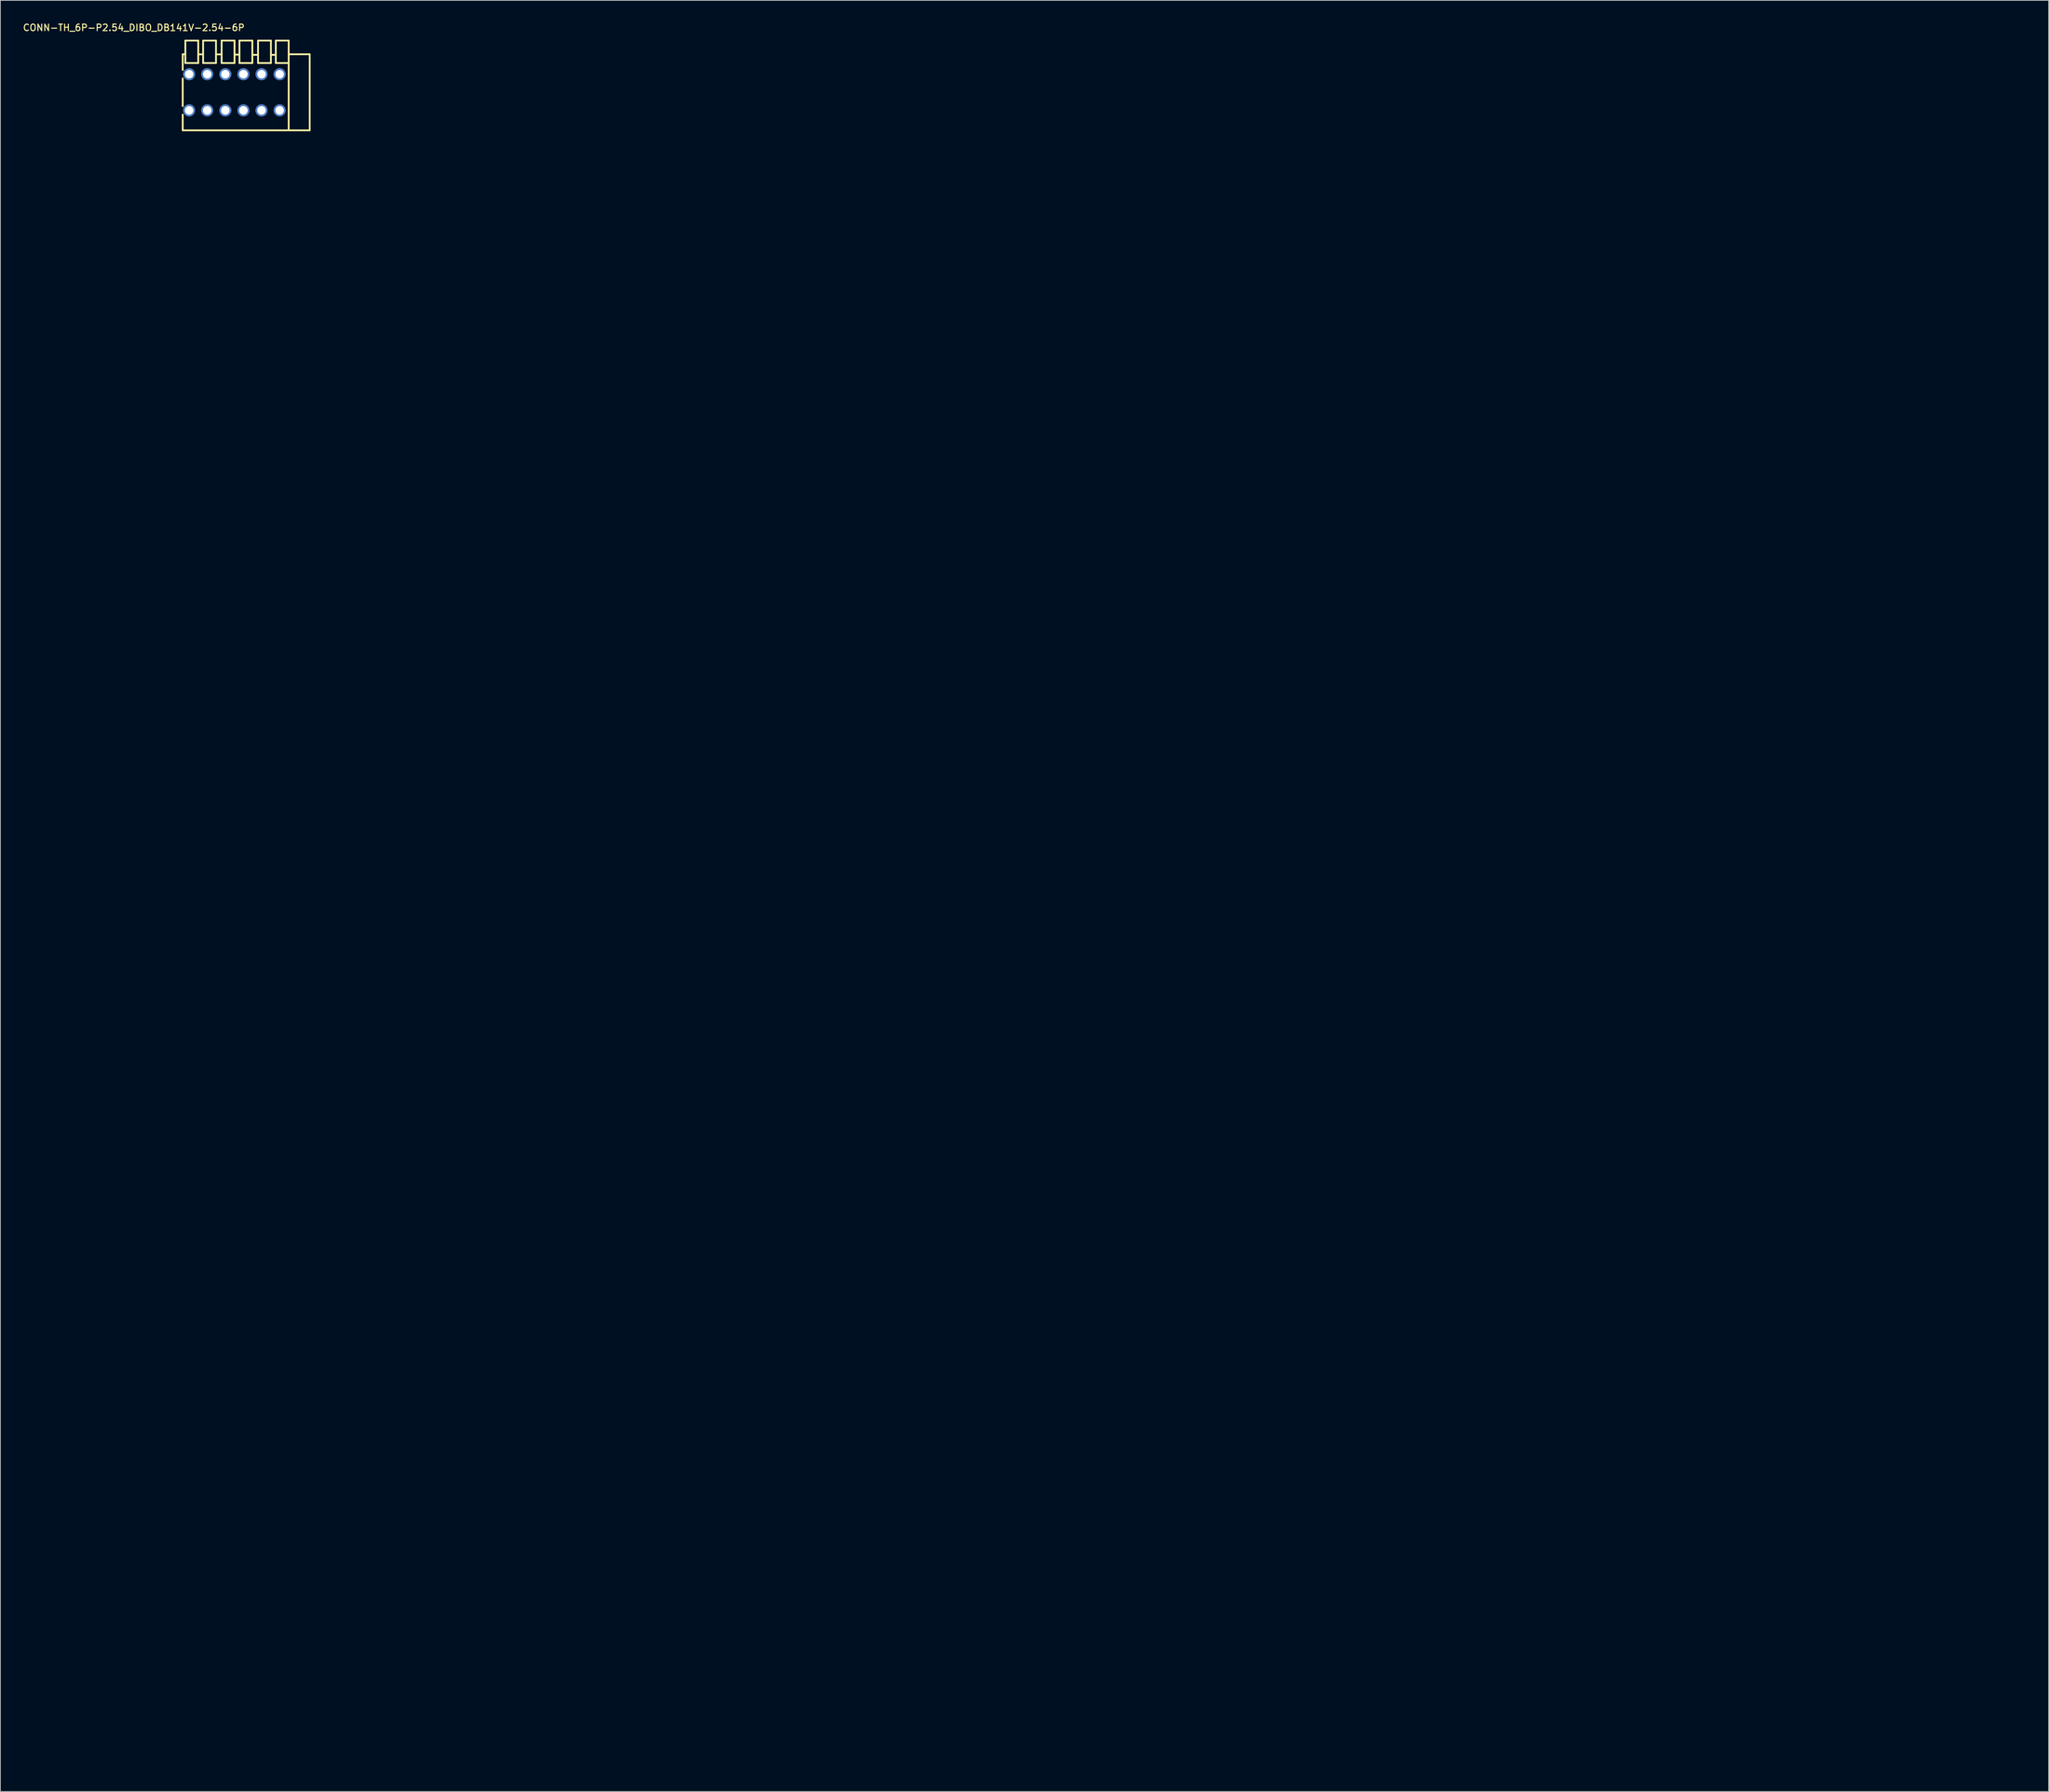
<source format=kicad_pcb>
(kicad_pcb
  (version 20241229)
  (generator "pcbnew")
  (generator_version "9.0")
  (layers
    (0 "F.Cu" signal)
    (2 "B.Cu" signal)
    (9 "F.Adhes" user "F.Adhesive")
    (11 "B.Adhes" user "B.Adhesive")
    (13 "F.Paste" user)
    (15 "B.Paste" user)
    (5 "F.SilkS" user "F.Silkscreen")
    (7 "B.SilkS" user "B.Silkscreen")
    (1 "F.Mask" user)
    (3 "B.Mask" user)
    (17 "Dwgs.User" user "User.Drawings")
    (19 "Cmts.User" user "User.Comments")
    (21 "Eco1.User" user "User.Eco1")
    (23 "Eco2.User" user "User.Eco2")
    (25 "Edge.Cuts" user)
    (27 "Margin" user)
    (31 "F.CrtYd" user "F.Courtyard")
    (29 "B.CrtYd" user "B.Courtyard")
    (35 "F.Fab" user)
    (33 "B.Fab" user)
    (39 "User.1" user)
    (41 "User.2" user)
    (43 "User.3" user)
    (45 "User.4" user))
  (footprint "CONN-TH_6P-P2.54_DIBO_DB141V-2.54-6P"
    (layer "F.Cu")
    (at 29.84 9.906)
    (property "Reference" "CONN-TH_6P-P2.54_DIBO_DB141V-2.54-6P" (at 1.524 -8.534 180) (layer "F.SilkS") (effects (font (size 0.914 0.914) (thickness 0.152)) (justify right bottom)))
    (fp_line (start -7.25 -5.34) (end -6.896 -5.34) (stroke (width 0.254) (type default)) (layer "F.SilkS"))
    (fp_line (start -7.25 -3.137) (end -7.25 -5.34) (stroke (width 0.254) (type default)) (layer "F.SilkS"))
    (fp_line (start -7.25 1.943) (end -7.25 -1.943) (stroke (width 0.254) (type default)) (layer "F.SilkS"))
    (fp_line (start -7.25 5.34) (end -7.25 3.137) (stroke (width 0.254) (type default)) (layer "F.SilkS"))
    (fp_line (start -7.25 5.34) (end 10.57 5.34) (stroke (width 0.254) (type default)) (layer "F.SilkS"))
    (fp_line (start -6.896 -5.34) (end -6.88 -5.324) (stroke (width 0.254) (type default)) (layer "F.SilkS"))
    (fp_line (start -6.88 -7.26) (end -6.88 -4.106) (stroke (width 0.254) (type default)) (layer "F.SilkS"))
    (fp_line (start -5.072 -7.26) (end -6.88 -7.26) (stroke (width 0.254) (type default)) (layer "F.SilkS"))
    (fp_line (start -5.072 -7.26) (end -5.072 -4.106) (stroke (width 0.254) (type default)) (layer "F.SilkS"))
    (fp_line (start -5.072 -5.324) (end -4.388 -5.324) (stroke (width 0.254) (type default)) (layer "F.SilkS"))
    (fp_line (start -5.072 -4.106) (end -6.88 -4.106) (stroke (width 0.254) (type default)) (layer "F.SilkS"))
    (fp_line (start -4.388 -7.26) (end -4.388 -4.106) (stroke (width 0.254) (type default)) (layer "F.SilkS"))
    (fp_line (start -2.58 -7.26) (end -4.388 -7.26) (stroke (width 0.254) (type default)) (layer "F.SilkS"))
    (fp_line (start -2.58 -7.26) (end -2.58 -4.106) (stroke (width 0.254) (type default)) (layer "F.SilkS"))
    (fp_line (start -2.58 -5.324) (end -1.788 -5.324) (stroke (width 0.254) (type default)) (layer "F.SilkS"))
    (fp_line (start -2.58 -4.106) (end -4.388 -4.106) (stroke (width 0.254) (type default)) (layer "F.SilkS"))
    (fp_line (start -1.788 -7.26) (end -1.788 -4.106) (stroke (width 0.254) (type default)) (layer "F.SilkS"))
    (fp_line (start 0.02 -7.26) (end -1.788 -7.26) (stroke (width 0.254) (type default)) (layer "F.SilkS"))
    (fp_line (start 0.02 -7.26) (end 0.02 -4.106) (stroke (width 0.254) (type default)) (layer "F.SilkS"))
    (fp_line (start 0.02 -5.29) (end 0.712 -5.29) (stroke (width 0.254) (type default)) (layer "F.SilkS"))
    (fp_line (start 0.02 -4.106) (end -1.788 -4.106) (stroke (width 0.254) (type default)) (layer "F.SilkS"))
    (fp_line (start 0.712 -7.26) (end 0.712 -4.106) (stroke (width 0.254) (type default)) (layer "F.SilkS"))
    (fp_line (start 2.52 -7.26) (end 0.712 -7.26) (stroke (width 0.254) (type default)) (layer "F.SilkS"))
    (fp_line (start 2.52 -7.26) (end 2.52 -4.106) (stroke (width 0.254) (type default)) (layer "F.SilkS"))
    (fp_line (start 2.52 -5.256) (end 3.32 -5.256) (stroke (width 0.254) (type default)) (layer "F.SilkS"))
    (fp_line (start 2.52 -4.106) (end 0.712 -4.106) (stroke (width 0.254) (type default)) (layer "F.SilkS"))
    (fp_line (start 3.32 -7.26) (end 3.32 -4.106) (stroke (width 0.254) (type default)) (layer "F.SilkS"))
    (fp_line (start 5.128 -7.26) (end 3.32 -7.26) (stroke (width 0.254) (type default)) (layer "F.SilkS"))
    (fp_line (start 5.128 -7.26) (end 5.128 -4.106) (stroke (width 0.254) (type default)) (layer "F.SilkS"))
    (fp_line (start 5.128 -5.256) (end 5.812 -5.256) (stroke (width 0.254) (type default)) (layer "F.SilkS"))
    (fp_line (start 5.128 -4.106) (end 3.32 -4.106) (stroke (width 0.254) (type default)) (layer "F.SilkS"))
    (fp_line (start 5.812 -7.26) (end 5.812 -4.106) (stroke (width 0.254) (type default)) (layer "F.SilkS"))
    (fp_line (start 7.62 -7.26) (end 5.812 -7.26) (stroke (width 0.254) (type default)) (layer "F.SilkS"))
    (fp_line (start 7.62 -7.26) (end 7.62 -4.106) (stroke (width 0.254) (type default)) (layer "F.SilkS"))
    (fp_line (start 7.62 -4.106) (end 5.812 -4.106) (stroke (width 0.254) (type default)) (layer "F.SilkS"))
    (fp_line (start 7.62 -4.106) (end 7.62 5.34) (stroke (width 0.254) (type default)) (layer "F.SilkS"))
    (fp_line (start 10.57 -5.34) (end 7.62 -5.34) (stroke (width 0.254) (type default)) (layer "F.SilkS"))
    (fp_line (start 10.57 -5.34) (end 10.57 5.34) (stroke (width 0.254) (type default)) (layer "F.SilkS"))
    (fp_circle (center -7.23 5.34) (end -7.2 5.34) (stroke (width 0.06) (type default)) (fill no) (layer "User.5"))
    (pad "1" thru_hole oval (at -6.35 -2.54) (size 1.7 1.7) (drill 1.2) (layers "*.Cu" "*.Mask"))
    (pad "1" thru_hole oval (at -6.35 2.54) (size 1.7 1.7) (drill 1.2) (layers "*.Cu" "*.Mask"))
    (pad "2" thru_hole oval (at -3.81 -2.54) (size 1.7 1.7) (drill 1.2) (layers "*.Cu" "*.Mask"))
    (pad "2" thru_hole oval (at -3.81 2.54) (size 1.7 1.7) (drill 1.2) (layers "*.Cu" "*.Mask"))
    (pad "3" thru_hole oval (at -1.27 -2.54) (size 1.7 1.7) (drill 1.2) (layers "*.Cu" "*.Mask"))
    (pad "3" thru_hole oval (at -1.27 2.54) (size 1.7 1.7) (drill 1.2) (layers "*.Cu" "*.Mask"))
    (pad "4" thru_hole oval (at 1.27 -2.54) (size 1.7 1.7) (drill 1.2) (layers "*.Cu" "*.Mask"))
    (pad "4" thru_hole oval (at 1.27 2.54) (size 1.7 1.7) (drill 1.2) (layers "*.Cu" "*.Mask"))
    (pad "5" thru_hole oval (at 3.81 -2.54) (size 1.7 1.7) (drill 1.2) (layers "*.Cu" "*.Mask"))
    (pad "5" thru_hole oval (at 3.81 2.54) (size 1.7 1.7) (drill 1.2) (layers "*.Cu" "*.Mask"))
    (pad "6" thru_hole oval (at 6.35 -2.54) (size 1.7 1.7) (drill 1.2) (layers "*.Cu" "*.Mask"))
    (pad "6" thru_hole oval (at 6.35 2.54) (size 1.7 1.7) (drill 1.2) (layers "*.Cu" "*.Mask"))
    (zone (net_name "") (layer "Dwgs.User") (hatch edge 0.5) (priority 100) (connect_pads yes) (min_thickness 0) (filled_areas_thickness no) (fill yes) (polygon (pts (xy 264.28 234.706) (xy 264.28 232.806) (xy 278.88 232.806) (xy 278.88 234.706) (xy 278.68 234.706) (xy 278.68 233.006) (xy 264.48 233.006) (xy 264.48 234.706))) (filled_polygon (layer "Dwgs.User") (island) (pts (xy 264.28 234.706) (xy 264.28 232.806) (xy 278.88 232.806) (xy 278.88 234.706) (xy 278.68 234.706) (xy 278.68 233.006) (xy 264.48 233.006) (xy 264.48 234.706))))
    (zone (net_name "") (layer "User.3") (hatch edge 0.5) (priority 100) (connect_pads yes) (min_thickness 0) (filled_areas_thickness no) (fill yes) (polygon (pts (xy 281.43 245.446) (xy 263.65 245.446) (xy 263.65 234.596) (xy 264.29 234.596) (xy 264.29 232.846) (xy 266.19 232.846) (xy 266.19 234.596) (xy 266.83 234.596) (xy 266.83 232.846) (xy 268.73 232.846) (xy 268.73 234.596) (xy 269.37 234.596) (xy 269.37 232.846) (xy 271.27 232.846) (xy 271.27 234.596) (xy 271.91 234.596) (xy 271.91 232.846) (xy 273.81 232.846) (xy 273.81 234.596) (xy 274.45 234.596) (xy 274.45 232.846) (xy 276.35 232.846) (xy 276.35 234.596) (xy 276.989 234.596) (xy 276.99 234.595) (xy 276.99 232.846) (xy 278.89 232.846) (xy 278.89 234.596) (xy 281.43 234.596))) (filled_polygon (layer "User.3") (island) (pts (xy 281.43 245.446) (xy 263.65 245.446) (xy 263.65 234.596) (xy 264.29 234.596) (xy 264.29 232.846) (xy 266.19 232.846) (xy 266.19 234.596) (xy 266.83 234.596) (xy 266.83 232.846) (xy 268.73 232.846) (xy 268.73 234.596) (xy 269.37 234.596) (xy 269.37 232.846) (xy 271.27 232.846) (xy 271.27 234.596) (xy 271.91 234.596) (xy 271.91 232.846) (xy 273.81 232.846) (xy 273.81 234.596) (xy 274.45 234.596) (xy 274.45 232.846) (xy 276.35 232.846) (xy 276.35 234.596) (xy 276.989 234.596) (xy 276.99 234.595) (xy 276.99 232.846) (xy 278.89 232.846) (xy 278.89 234.596) (xy 281.43 234.596))))
    (zone (net_name "") (layer "User.4") (hatch edge 0.5) (priority 100) (connect_pads yes) (min_thickness 0) (filled_areas_thickness no) (fill yes) (polygon (pts (xy 264.28 237.216) (xy 264.78 237.216) (xy 264.78 237.916) (xy 264.28 237.916))) (filled_polygon (layer "User.4") (island) (pts (xy 264.28 237.216) (xy 264.78 237.216) (xy 264.78 237.916) (xy 264.28 237.916))))
    (zone (net_name "") (layer "User.4") (hatch edge 0.5) (priority 100) (connect_pads yes) (min_thickness 0) (filled_areas_thickness no) (fill yes) (polygon (pts (xy 264.28 242.296) (xy 264.78 242.296) (xy 264.78 242.996) (xy 264.28 242.996))) (filled_polygon (layer "User.4") (island) (pts (xy 264.28 242.296) (xy 264.78 242.296) (xy 264.78 242.996) (xy 264.28 242.996))))
    (zone (net_name "") (layer "User.4") (hatch edge 0.5) (priority 100) (connect_pads yes) (min_thickness 0) (filled_areas_thickness no) (fill yes) (polygon (pts (xy 266.82 237.216) (xy 267.32 237.216) (xy 267.32 237.916) (xy 266.82 237.916))) (filled_polygon (layer "User.4") (island) (pts (xy 266.82 237.216) (xy 267.32 237.216) (xy 267.32 237.916) (xy 266.82 237.916))))
    (zone (net_name "") (layer "User.4") (hatch edge 0.5) (priority 100) (connect_pads yes) (min_thickness 0) (filled_areas_thickness no) (fill yes) (polygon (pts (xy 266.82 242.296) (xy 267.32 242.296) (xy 267.32 242.996) (xy 266.82 242.996))) (filled_polygon (layer "User.4") (island) (pts (xy 266.82 242.296) (xy 267.32 242.296) (xy 267.32 242.996) (xy 266.82 242.996))))
    (zone (net_name "") (layer "User.4") (hatch edge 0.5) (priority 100) (connect_pads yes) (min_thickness 0) (filled_areas_thickness no) (fill yes) (polygon (pts (xy 269.36 237.216) (xy 269.86 237.216) (xy 269.86 237.916) (xy 269.36 237.916))) (filled_polygon (layer "User.4") (island) (pts (xy 269.36 237.216) (xy 269.86 237.216) (xy 269.86 237.916) (xy 269.36 237.916))))
    (zone (net_name "") (layer "User.4") (hatch edge 0.5) (priority 100) (connect_pads yes) (min_thickness 0) (filled_areas_thickness no) (fill yes) (polygon (pts (xy 269.36 242.296) (xy 269.86 242.296) (xy 269.86 242.996) (xy 269.36 242.996))) (filled_polygon (layer "User.4") (island) (pts (xy 269.36 242.296) (xy 269.86 242.296) (xy 269.86 242.996) (xy 269.36 242.996))))
    (zone (net_name "") (layer "User.4") (hatch edge 0.5) (priority 100) (connect_pads yes) (min_thickness 0) (filled_areas_thickness no) (fill yes) (polygon (pts (xy 271.9 237.216) (xy 272.4 237.216) (xy 272.4 237.916) (xy 271.9 237.916))) (filled_polygon (layer "User.4") (island) (pts (xy 271.9 237.216) (xy 272.4 237.216) (xy 272.4 237.916) (xy 271.9 237.916))))
    (zone (net_name "") (layer "User.4") (hatch edge 0.5) (priority 100) (connect_pads yes) (min_thickness 0) (filled_areas_thickness no) (fill yes) (polygon (pts (xy 271.9 242.296) (xy 272.4 242.296) (xy 272.4 242.996) (xy 271.9 242.996))) (filled_polygon (layer "User.4") (island) (pts (xy 271.9 242.296) (xy 272.4 242.296) (xy 272.4 242.996) (xy 271.9 242.996))))
    (zone (net_name "") (layer "User.4") (hatch edge 0.5) (priority 100) (connect_pads yes) (min_thickness 0) (filled_areas_thickness no) (fill yes) (polygon (pts (xy 274.44 237.216) (xy 274.94 237.216) (xy 274.94 237.916) (xy 274.44 237.916))) (filled_polygon (layer "User.4") (island) (pts (xy 274.44 237.216) (xy 274.94 237.216) (xy 274.94 237.916) (xy 274.44 237.916))))
    (zone (net_name "") (layer "User.4") (hatch edge 0.5) (priority 100) (connect_pads yes) (min_thickness 0) (filled_areas_thickness no) (fill yes) (polygon (pts (xy 274.44 242.296) (xy 274.94 242.296) (xy 274.94 242.996) (xy 274.44 242.996))) (filled_polygon (layer "User.4") (island) (pts (xy 274.44 242.296) (xy 274.94 242.296) (xy 274.94 242.996) (xy 274.44 242.996))))
    (zone (net_name "") (layer "User.4") (hatch edge 0.5) (priority 100) (connect_pads yes) (min_thickness 0) (filled_areas_thickness no) (fill yes) (polygon (pts (xy 276.98 237.216) (xy 277.48 237.216) (xy 277.48 237.916) (xy 276.98 237.916))) (filled_polygon (layer "User.4") (island) (pts (xy 276.98 237.216) (xy 277.48 237.216) (xy 277.48 237.916) (xy 276.98 237.916))))
    (zone (net_name "") (layer "User.4") (hatch edge 0.5) (priority 100) (connect_pads yes) (min_thickness 0) (filled_areas_thickness no) (fill yes) (polygon (pts (xy 276.98 242.296) (xy 277.48 242.296) (xy 277.48 242.996) (xy 276.98 242.996))) (filled_polygon (layer "User.4") (island) (pts (xy 276.98 242.296) (xy 277.48 242.296) (xy 277.48 242.996) (xy 276.98 242.996)))))
  (gr_rect
    (start -3 -3)
    (end 284.43 248.446)
    (stroke (width 0.1) (type default))
    (fill no)
    (layer "Edge.Cuts")))
</source>
